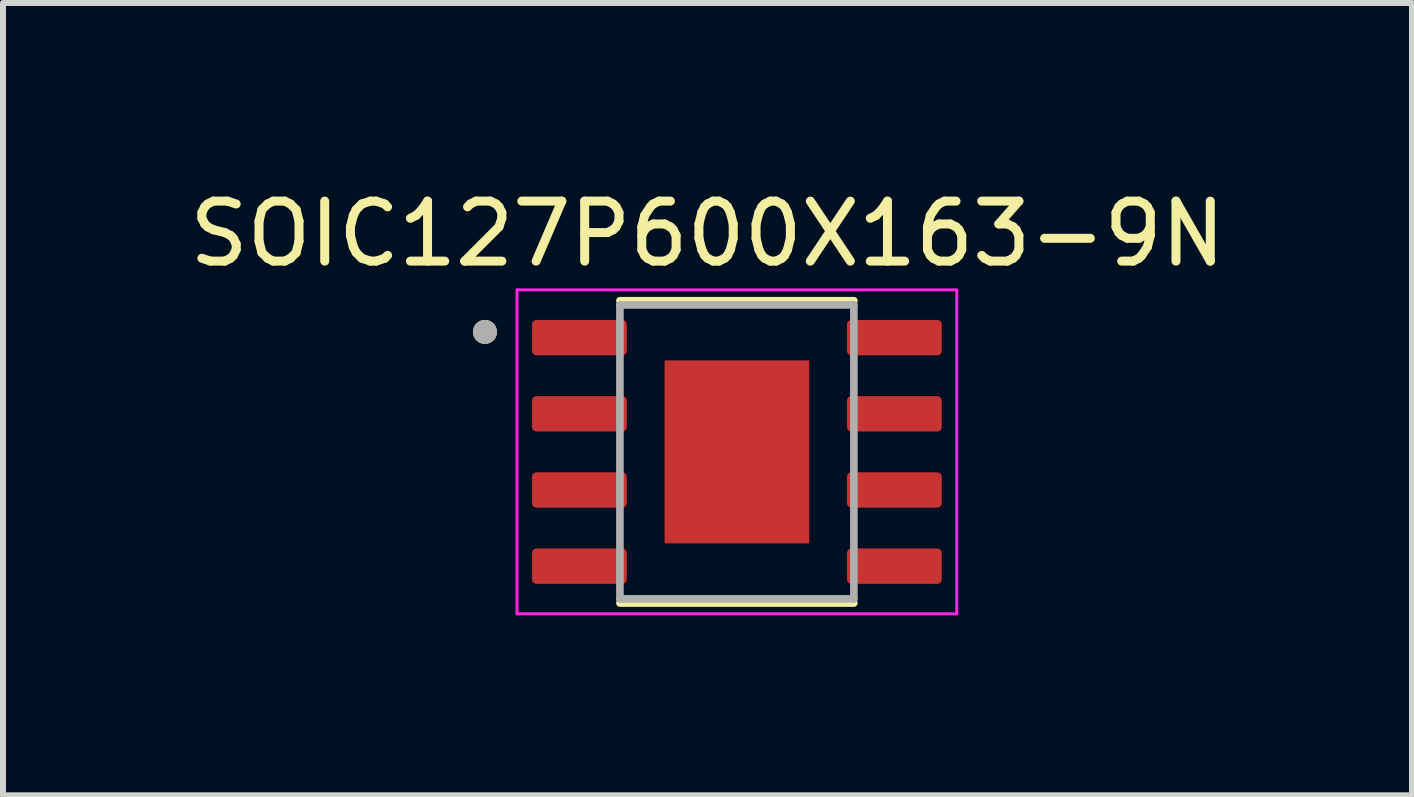
<source format=kicad_pcb>
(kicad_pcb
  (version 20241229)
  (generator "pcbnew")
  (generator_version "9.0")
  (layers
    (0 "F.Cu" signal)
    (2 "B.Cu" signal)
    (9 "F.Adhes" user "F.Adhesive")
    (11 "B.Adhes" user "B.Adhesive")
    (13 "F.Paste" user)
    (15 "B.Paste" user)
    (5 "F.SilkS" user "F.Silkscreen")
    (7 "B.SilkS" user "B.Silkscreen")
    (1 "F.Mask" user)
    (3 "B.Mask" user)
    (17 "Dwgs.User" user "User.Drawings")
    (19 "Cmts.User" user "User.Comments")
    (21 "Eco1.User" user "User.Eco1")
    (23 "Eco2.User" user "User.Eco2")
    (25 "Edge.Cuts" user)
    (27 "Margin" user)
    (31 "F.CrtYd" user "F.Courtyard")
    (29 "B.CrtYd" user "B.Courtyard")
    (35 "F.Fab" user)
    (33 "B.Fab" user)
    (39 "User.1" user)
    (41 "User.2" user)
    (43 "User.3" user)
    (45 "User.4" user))
  (footprint "SOIC127P600X163-9N"
    (layer "F.Cu")
    (at 9.234 4.483)
    (property "Reference" "SOIC127P600X163-9N" (at -0.49 -3.635 0) (layer "F.SilkS") (effects (font (size 1 1) (thickness 0.15))))
    (attr smd)
    (fp_line (start -1.95 -2.52) (end 1.95 -2.52) (stroke (width 0.127) (type solid)) (layer "F.SilkS"))
    (fp_line (start -1.95 2.52) (end 1.95 2.52) (stroke (width 0.127) (type solid)) (layer "F.SilkS"))
    (fp_circle (center -4.2 -2) (end -4.1 -2) (stroke (width 0.2) (type solid)) (fill no) (layer "F.SilkS"))
    (fp_poly (pts (xy -0.76 -0.96) (xy 0.76 -0.96) (xy 0.76 0.96) (xy -0.76 0.96)) (stroke (width 0.01) (type solid)) (fill yes) (layer "F.Paste"))
    (fp_line (start -3.665 -2.7) (end -3.665 2.7) (stroke (width 0.05) (type solid)) (layer "F.CrtYd"))
    (fp_line (start -3.665 -2.7) (end 3.665 -2.7) (stroke (width 0.05) (type solid)) (layer "F.CrtYd"))
    (fp_line (start -3.665 2.7) (end 3.665 2.7) (stroke (width 0.05) (type solid)) (layer "F.CrtYd"))
    (fp_line (start 3.665 -2.7) (end 3.665 2.7) (stroke (width 0.05) (type solid)) (layer "F.CrtYd"))
    (fp_line (start -1.95 -2.45) (end -1.95 2.45) (stroke (width 0.127) (type solid)) (layer "F.Fab"))
    (fp_line (start -1.95 -2.45) (end 1.95 -2.45) (stroke (width 0.127) (type solid)) (layer "F.Fab"))
    (fp_line (start -1.95 2.45) (end 1.95 2.45) (stroke (width 0.127) (type solid)) (layer "F.Fab"))
    (fp_line (start 1.95 -2.45) (end 1.95 2.45) (stroke (width 0.127) (type solid)) (layer "F.Fab"))
    (fp_circle (center -4.2 -2) (end -4.1 -2) (stroke (width 0.2) (type solid)) (fill no) (layer "F.Fab"))
    (pad "1" smd roundrect (at -2.625 -1.905) (size 1.58 0.59) (layers "F.Cu" "F.Mask" "F.Paste") (roundrect_rratio 0.125))
    (pad "2" smd roundrect (at -2.625 -0.635) (size 1.58 0.59) (layers "F.Cu" "F.Mask" "F.Paste") (roundrect_rratio 0.125))
    (pad "3" smd roundrect (at -2.625 0.635) (size 1.58 0.59) (layers "F.Cu" "F.Mask" "F.Paste") (roundrect_rratio 0.125))
    (pad "4" smd roundrect (at -2.625 1.905) (size 1.58 0.59) (layers "F.Cu" "F.Mask" "F.Paste") (roundrect_rratio 0.125))
    (pad "5" smd roundrect (at 2.625 1.905) (size 1.58 0.59) (layers "F.Cu" "F.Mask" "F.Paste") (roundrect_rratio 0.125))
    (pad "6" smd roundrect (at 2.625 0.635) (size 1.58 0.59) (layers "F.Cu" "F.Mask" "F.Paste") (roundrect_rratio 0.125))
    (pad "7" smd roundrect (at 2.625 -0.635) (size 1.58 0.59) (layers "F.Cu" "F.Mask" "F.Paste") (roundrect_rratio 0.125))
    (pad "8" smd roundrect (at 2.625 -1.905) (size 1.58 0.59) (layers "F.Cu" "F.Mask" "F.Paste") (roundrect_rratio 0.125))
    (pad "9" smd rect (at 0 0) (size 2.41 3.05) (layers "F.Cu" "F.Mask")))
  (gr_rect
    (start -3 -3)
    (end 20.488 10.208)
    (stroke (width 0.1) (type default))
    (fill no)
    (layer "Edge.Cuts")))
</source>
